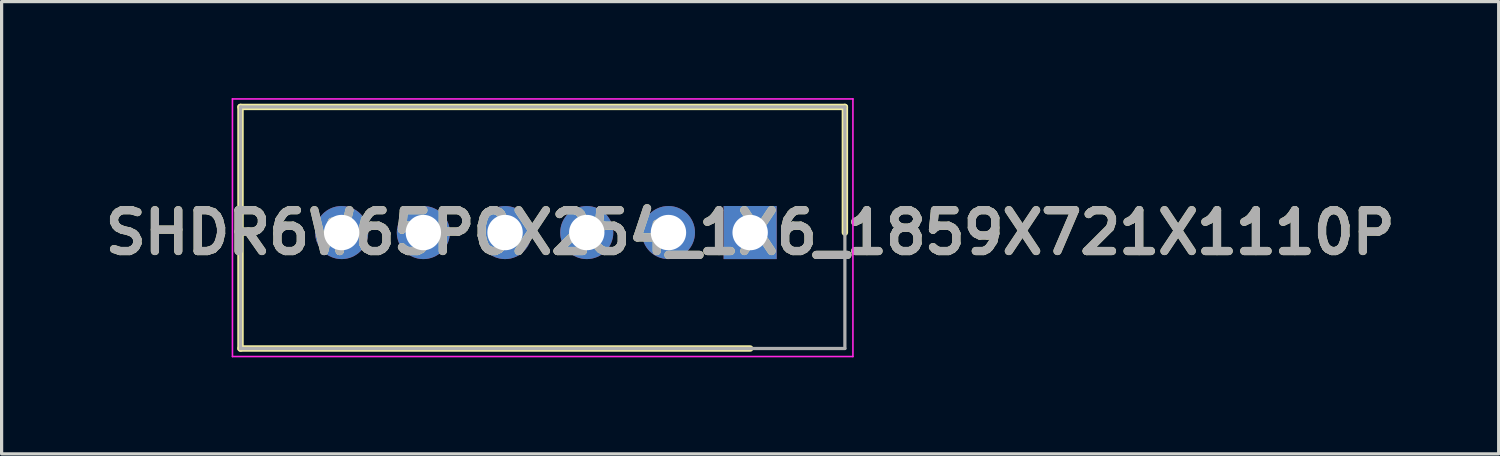
<source format=kicad_pcb>
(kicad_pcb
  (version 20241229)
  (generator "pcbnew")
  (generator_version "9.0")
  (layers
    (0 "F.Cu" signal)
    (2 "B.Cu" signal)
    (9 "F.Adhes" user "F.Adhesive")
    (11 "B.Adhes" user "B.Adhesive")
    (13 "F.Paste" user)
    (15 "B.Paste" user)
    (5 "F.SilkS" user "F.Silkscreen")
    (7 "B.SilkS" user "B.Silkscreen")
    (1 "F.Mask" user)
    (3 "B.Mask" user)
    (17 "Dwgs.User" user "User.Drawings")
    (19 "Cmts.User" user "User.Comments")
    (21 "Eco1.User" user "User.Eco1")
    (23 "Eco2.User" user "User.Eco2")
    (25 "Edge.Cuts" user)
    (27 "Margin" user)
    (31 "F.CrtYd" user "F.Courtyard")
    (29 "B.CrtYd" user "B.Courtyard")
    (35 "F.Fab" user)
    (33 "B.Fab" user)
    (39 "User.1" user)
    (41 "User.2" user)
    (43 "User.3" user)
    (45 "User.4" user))
  (footprint "SHDR6W65P0X254_1X6_1859X721X1110P"
    (layer "F.Cu")
    (at 20.272 4.18)
    (property "Reference" "SHDR6W65P0X254_1X6_1859X721X1110P" (at 0 0 0) (layer "F.SilkS") (effects (font (size 1.27 1.27) (thickness 0.254))))
    (attr through_hole)
    (fp_line (start -15.845 -3.905) (end 2.945 -3.905) (stroke (width 0.2) (type solid)) (layer "F.SilkS"))
    (fp_line (start -15.845 3.605) (end -15.845 -3.905) (stroke (width 0.2) (type solid)) (layer "F.SilkS"))
    (fp_line (start 0 3.605) (end -15.845 3.605) (stroke (width 0.2) (type solid)) (layer "F.SilkS"))
    (fp_line (start 2.945 -3.905) (end 2.945 0) (stroke (width 0.2) (type solid)) (layer "F.SilkS"))
    (fp_line (start -16.095 -4.155) (end 3.195 -4.155) (stroke (width 0.05) (type solid)) (layer "F.CrtYd"))
    (fp_line (start -16.095 3.855) (end -16.095 -4.155) (stroke (width 0.05) (type solid)) (layer "F.CrtYd"))
    (fp_line (start 3.195 -4.155) (end 3.195 3.855) (stroke (width 0.05) (type solid)) (layer "F.CrtYd"))
    (fp_line (start 3.195 3.855) (end -16.095 3.855) (stroke (width 0.05) (type solid)) (layer "F.CrtYd"))
    (fp_line (start -15.845 -3.905) (end 2.945 -3.905) (stroke (width 0.1) (type solid)) (layer "F.Fab"))
    (fp_line (start -15.845 3.605) (end -15.845 -3.905) (stroke (width 0.1) (type solid)) (layer "F.Fab"))
    (fp_line (start 2.945 -3.905) (end 2.945 3.605) (stroke (width 0.1) (type solid)) (layer "F.Fab"))
    (fp_line (start 2.945 3.605) (end -15.845 3.605) (stroke (width 0.1) (type solid)) (layer "F.Fab"))
    (fp_text user "${REFERENCE}" (at 0 0 0) (layer "F.Fab") (effects (font (size 1.27 1.27) (thickness 0.254))))
    (pad "1" thru_hole rect (at 0 0) (size 1.65 1.65) (drill 1.1) (layers "*.Cu" "*.Mask"))
    (pad "2" thru_hole circle (at -2.54 0) (size 1.65 1.65) (drill 1.1) (layers "*.Cu" "*.Mask"))
    (pad "3" thru_hole circle (at -5.08 0) (size 1.65 1.65) (drill 1.1) (layers "*.Cu" "*.Mask"))
    (pad "4" thru_hole circle (at -7.62 0) (size 1.65 1.65) (drill 1.1) (layers "*.Cu" "*.Mask"))
    (pad "5" thru_hole circle (at -10.16 0) (size 1.65 1.65) (drill 1.1) (layers "*.Cu" "*.Mask"))
    (pad "6" thru_hole circle (at -12.7 0) (size 1.65 1.65) (drill 1.1) (layers "*.Cu" "*.Mask")))
  (gr_rect
    (start -3 -3)
    (end 43.543 11.06)
    (stroke (width 0.1) (type default))
    (fill no)
    (layer "Edge.Cuts")))
</source>
